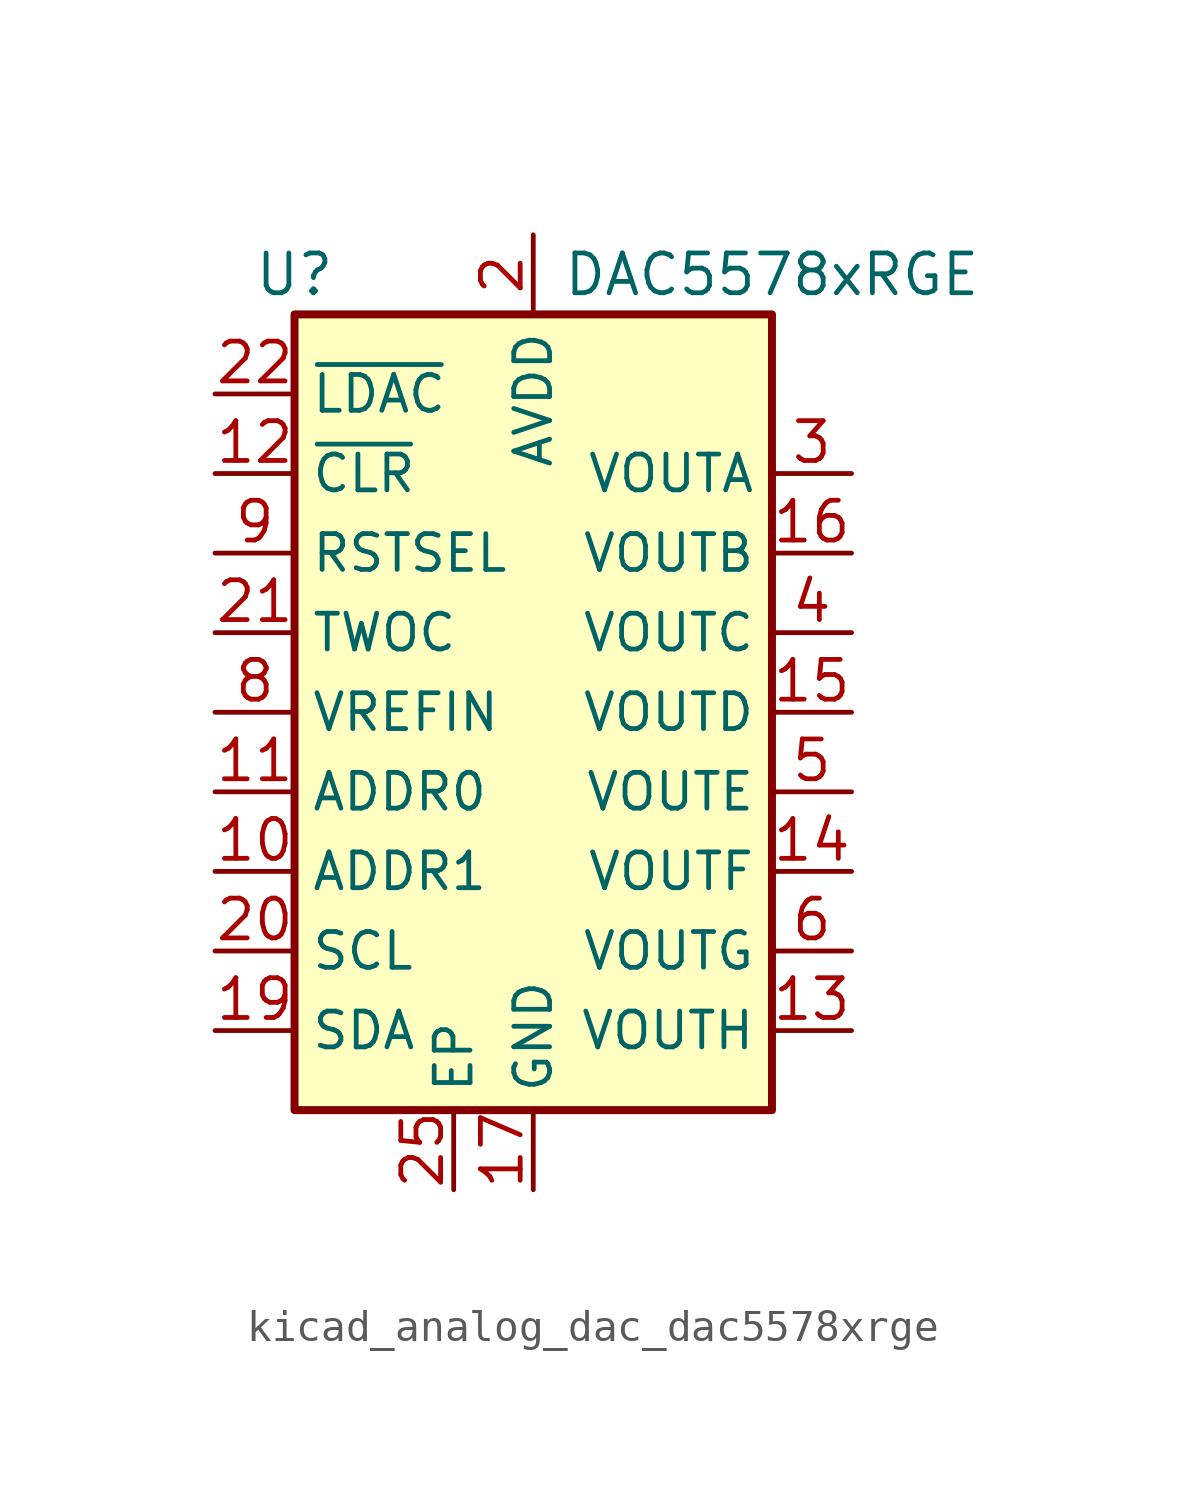
<source format=kicad_sym>
(kicad_symbol_lib
  (version 20220914)
  (generator kicad_symbol_editor)
  (symbol "kicad_analog_dac_dac5578xrge"
    (property "Reference" "U"
      (at -7.62 13.97 0)
      (effects (font (size 1.27 1.27))))
    (property "Value" "DAC5578xRGE"
      (at 7.62 13.97 0)
      (effects (font (size 1.27 1.27))))
    (symbol "kicad_analog_dac_dac5578xrge_0_1"
      (rectangle (start -7.62 12.7) (end 7.62 -12.7) (stroke (width 0.254) (type default)) (fill (type background))))
    (symbol "kicad_analog_dac_dac5578xrge_1_1"
      (pin no_connect line (at 7.62 10.16 180) (length 2.54) hide (name "NC" (effects (font (size 1.143 1.143)))) (number "1" (effects (font (size 1.27 1.27)))))
      (pin input line (at -10.16 -5.08 0) (length 2.54) (name "ADDR1" (effects (font (size 1.143 1.143)))) (number "10" (effects (font (size 1.27 1.27)))))
      (pin input line (at -10.16 -2.54 0) (length 2.54) (name "ADDR0" (effects (font (size 1.143 1.143)))) (number "11" (effects (font (size 1.27 1.27)))))
      (pin input line (at -10.16 7.62 0) (length 2.54) (name "~{CLR}" (effects (font (size 1.143 1.143)))) (number "12" (effects (font (size 1.27 1.27)))))
      (pin output line (at 10.16 -10.16 180) (length 2.54) (name "VOUTH" (effects (font (size 1.143 1.143)))) (number "13" (effects (font (size 1.27 1.27)))))
      (pin output line (at 10.16 -5.08 180) (length 2.54) (name "VOUTF" (effects (font (size 1.143 1.143)))) (number "14" (effects (font (size 1.27 1.27)))))
      (pin output line (at 10.16 0 180) (length 2.54) (name "VOUTD" (effects (font (size 1.143 1.143)))) (number "15" (effects (font (size 1.27 1.27)))))
      (pin output line (at 10.16 5.08 180) (length 2.54) (name "VOUTB" (effects (font (size 1.143 1.143)))) (number "16" (effects (font (size 1.27 1.27)))))
      (pin power_in line (at 0 -15.24 90) (length 2.54) (name "GND" (effects (font (size 1.143 1.143)))) (number "17" (effects (font (size 1.27 1.27)))))
      (pin no_connect line (at 7.62 12.7 180) (length 2.54) hide (name "NC" (effects (font (size 1.143 1.143)))) (number "18" (effects (font (size 1.27 1.27)))))
      (pin bidirectional line (at -10.16 -10.16 0) (length 2.54) (name "SDA" (effects (font (size 1.143 1.143)))) (number "19" (effects (font (size 1.27 1.27)))))
      (pin power_in line (at 0 15.24 270) (length 2.54) (name "AVDD" (effects (font (size 1.143 1.143)))) (number "2" (effects (font (size 1.27 1.27)))))
      (pin input line (at -10.16 -7.62 0) (length 2.54) (name "SCL" (effects (font (size 1.143 1.143)))) (number "20" (effects (font (size 1.27 1.27)))))
      (pin input line (at -10.16 2.54 0) (length 2.54) (name "TWOC" (effects (font (size 1.143 1.143)))) (number "21" (effects (font (size 1.27 1.27)))))
      (pin input line (at -10.16 10.16 0) (length 2.54) (name "~{LDAC}" (effects (font (size 1.143 1.143)))) (number "22" (effects (font (size 1.27 1.27)))))
      (pin no_connect line (at 5.08 12.7 180) (length 2.54) hide (name "NC" (effects (font (size 1.143 1.143)))) (number "23" (effects (font (size 1.27 1.27)))))
      (pin no_connect line (at 2.54 10.16 180) (length 2.54) hide (name "NC" (effects (font (size 1.143 1.143)))) (number "24" (effects (font (size 1.27 1.27)))))
      (pin passive line (at -2.54 -15.24 90) (length 2.54) (name "EP" (effects (font (size 1.143 1.143)))) (number "25" (effects (font (size 1.27 1.27)))))
      (pin output line (at 10.16 7.62 180) (length 2.54) (name "VOUTA" (effects (font (size 1.143 1.143)))) (number "3" (effects (font (size 1.27 1.27)))))
      (pin output line (at 10.16 2.54 180) (length 2.54) (name "VOUTC" (effects (font (size 1.143 1.143)))) (number "4" (effects (font (size 1.27 1.27)))))
      (pin output line (at 10.16 -2.54 180) (length 2.54) (name "VOUTE" (effects (font (size 1.143 1.143)))) (number "5" (effects (font (size 1.27 1.27)))))
      (pin output line (at 10.16 -7.62 180) (length 2.54) (name "VOUTG" (effects (font (size 1.143 1.143)))) (number "6" (effects (font (size 1.27 1.27)))))
      (pin no_connect line (at 5.08 10.16 180) (length 2.54) hide (name "NC" (effects (font (size 1.143 1.143)))) (number "7" (effects (font (size 1.27 1.27)))))
      (pin input line (at -10.16 0 0) (length 2.54) (name "VREFIN" (effects (font (size 1.143 1.143)))) (number "8" (effects (font (size 1.27 1.27)))))
      (pin input line (at -10.16 5.08 0) (length 2.54) (name "RSTSEL" (effects (font (size 1.143 1.143)))) (number "9" (effects (font (size 1.27 1.27))))))))
</source>
